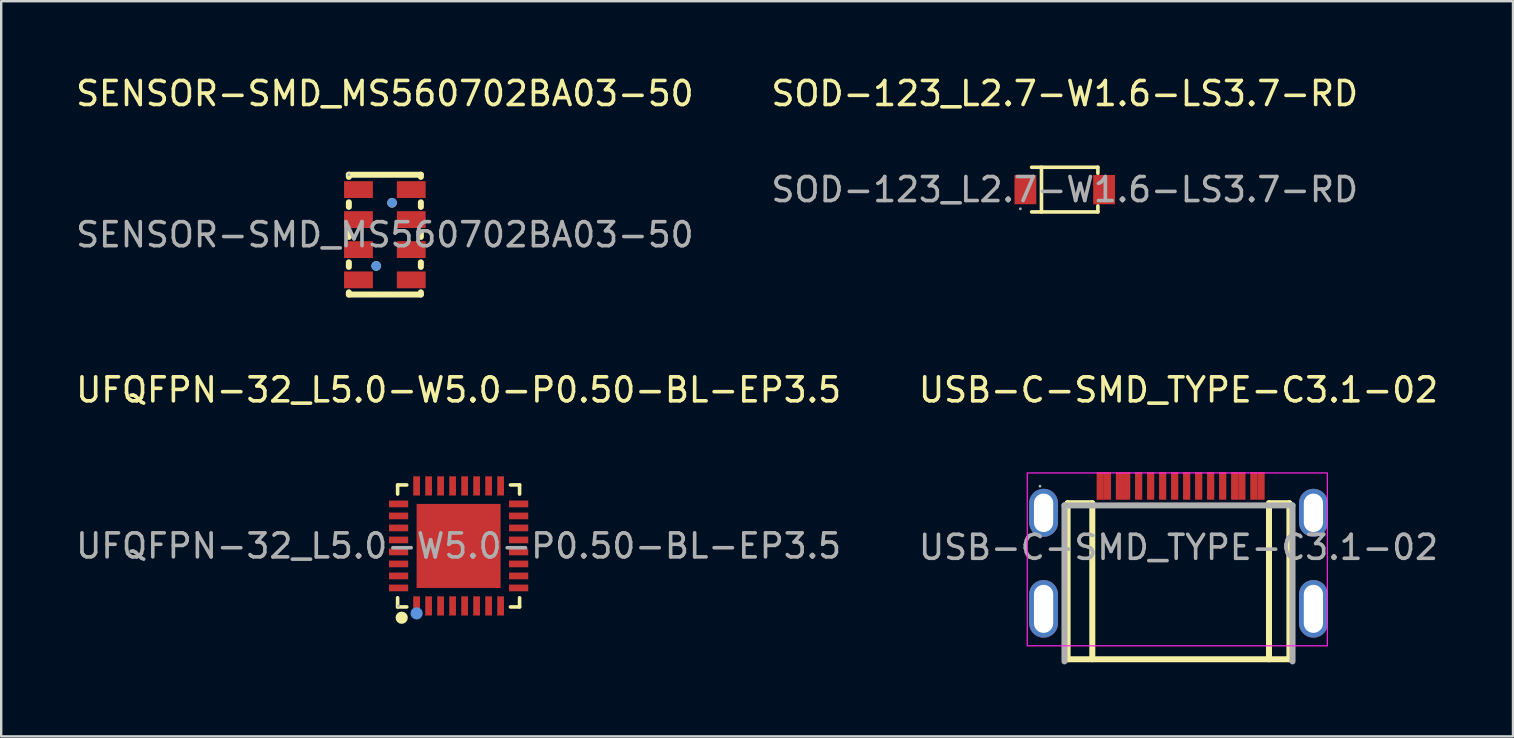
<source format=kicad_pcb>
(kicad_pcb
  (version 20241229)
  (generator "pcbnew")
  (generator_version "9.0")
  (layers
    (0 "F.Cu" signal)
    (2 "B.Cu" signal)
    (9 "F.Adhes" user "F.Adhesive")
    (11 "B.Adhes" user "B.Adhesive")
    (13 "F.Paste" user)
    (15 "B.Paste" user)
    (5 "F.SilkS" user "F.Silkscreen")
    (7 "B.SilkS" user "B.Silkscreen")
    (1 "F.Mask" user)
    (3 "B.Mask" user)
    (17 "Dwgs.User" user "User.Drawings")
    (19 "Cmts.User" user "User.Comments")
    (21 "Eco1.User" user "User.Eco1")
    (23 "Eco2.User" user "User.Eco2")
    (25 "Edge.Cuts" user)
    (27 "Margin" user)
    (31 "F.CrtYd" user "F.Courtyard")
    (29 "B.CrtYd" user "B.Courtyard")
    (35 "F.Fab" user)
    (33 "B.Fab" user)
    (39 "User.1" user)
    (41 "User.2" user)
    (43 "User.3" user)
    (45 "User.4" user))
  (footprint "SOD-123_L2.7-W1.6-LS3.7-RD"
    (layer "F.Cu")
    (at 41.304 4.848)
    (property "Reference" "SOD-123_L2.7-W1.6-LS3.7-RD" (at 0 -4 0) (layer "F.SilkS") (effects (font (size 1 1) (thickness 0.15))))
    (attr smd)
    (fp_line (start -1.38 -0.93) (end 1.38 -0.93) (stroke (width 0.15) (type solid)) (layer "F.SilkS"))
    (fp_line (start -1.38 0.93) (end 1.38 0.93) (stroke (width 0.15) (type solid)) (layer "F.SilkS"))
    (fp_line (start -0.97 -0.93) (end -0.97 0.93) (stroke (width 0.15) (type solid)) (layer "F.SilkS"))
    (fp_line (start 1.38 -0.93) (end 1.38 -0.68) (stroke (width 0.15) (type solid)) (layer "F.SilkS"))
    (fp_line (start 1.38 0.93) (end 1.38 0.68) (stroke (width 0.15) (type solid)) (layer "F.SilkS"))
    (fp_circle (center -1.85 0.8) (end -1.82 0.8) (stroke (width 0.06) (type solid)) (fill no) (layer "F.Fab"))
    (fp_text user "${REFERENCE}" (at 0 0 0) (layer "F.Fab") (effects (font (size 1 1) (thickness 0.15))))
    (pad "1" smd rect (at -1.64 0) (size 0.91 1.22) (layers "F.Cu" "F.Mask" "F.Paste"))
    (pad "2" smd rect (at 1.64 0) (size 0.91 1.22) (layers "F.Cu" "F.Mask" "F.Paste")))
  (footprint "USB-C-SMD_TYPE-C3.1-02"
    (layer "F.Cu")
    (at 46.042 19.752)
    (property "Reference" "USB-C-SMD_TYPE-C3.1-02" (at 0 -6.56 0) (layer "F.SilkS") (effects (font (size 1 1) (thickness 0.15))))
    (attr smd)
    (fp_line (start -4.62 -1.84) (end -3.59 -1.84) (stroke (width 0.25) (type solid)) (layer "F.SilkS"))
    (fp_line (start -4.62 4.66) (end -4.62 -1.84) (stroke (width 0.25) (type solid)) (layer "F.SilkS"))
    (fp_line (start -3.59 -1.84) (end -3.59 4.66) (stroke (width 0.25) (type solid)) (layer "F.SilkS"))
    (fp_line (start 3.77 -1.84) (end 3.77 4.66) (stroke (width 0.25) (type solid)) (layer "F.SilkS"))
    (fp_line (start 3.77 -1.84) (end 4.62 -1.84) (stroke (width 0.25) (type solid)) (layer "F.SilkS"))
    (fp_line (start 4.62 4.66) (end -4.62 4.66) (stroke (width 0.25) (type solid)) (layer "F.SilkS"))
    (fp_line (start 4.62 4.66) (end 4.62 -1.84) (stroke (width 0.25) (type solid)) (layer "F.SilkS"))
    (fp_rect (start -6.3 -3.1) (end 6.2 4.1) (stroke (width 0.05) (type default)) (fill no) (layer "F.CrtYd"))
    (fp_line (start -4.75 -1.75) (end 4.75 -1.75) (stroke (width 0.25) (type solid)) (layer "F.Fab"))
    (fp_line (start -4.75 4.75) (end -4.75 -1.75) (stroke (width 0.25) (type solid)) (layer "F.Fab"))
    (fp_line (start 4.75 -1.75) (end 4.75 4.75) (stroke (width 0.25) (type solid)) (layer "F.Fab"))
    (fp_circle (center -5.77 -2.55) (end -5.74 -2.55) (stroke (width 0.06) (type solid)) (fill no) (layer "F.Fab"))
    (fp_text user "${REFERENCE}" (at 0 0 0) (layer "F.Fab") (effects (font (size 1 1) (thickness 0.15))))
    (pad "17" thru_hole oval (at -5.62 -1.44) (size 1.2 2) (drill oval 0.8 1.6) (layers "*.Cu" "*.Mask"))
    (pad "17" thru_hole oval (at -5.62 2.56) (size 1.2 2.4) (drill oval 0.8 2) (layers "*.Cu" "*.Mask"))
    (pad "17" thru_hole oval (at 5.62 -1.44) (size 1.2 2) (drill oval 0.8 1.6) (layers "*.Cu" "*.Mask"))
    (pad "17" thru_hole oval (at 5.62 2.56) (size 1.2 2.4) (drill oval 0.8 2) (layers "*.Cu" "*.Mask"))
    (pad "A1" smd rect (at -3.26 -2.56) (size 0.3 1.15) (layers "F.Cu" "F.Mask" "F.Paste"))
    (pad "A4" smd rect (at -2.46 -2.56) (size 0.3 1.15) (layers "F.Cu" "F.Mask" "F.Paste"))
    (pad "A5" smd rect (at -1.16 -2.56) (size 0.3 1.15) (layers "F.Cu" "F.Mask" "F.Paste"))
    (pad "A6" smd rect (at -0.16 -2.56) (size 0.3 1.15) (layers "F.Cu" "F.Mask" "F.Paste"))
    (pad "A7" smd rect (at 0.34 -2.56) (size 0.3 1.15) (layers "F.Cu" "F.Mask" "F.Paste"))
    (pad "A8" smd rect (at 1.34 -2.56) (size 0.3 1.15) (layers "F.Cu" "F.Mask" "F.Paste"))
    (pad "A9" smd rect (at 2.64 -2.56) (size 0.3 1.15) (layers "F.Cu" "F.Mask" "F.Paste"))
    (pad "A12" smd rect (at 3.44 -2.56) (size 0.3 1.15) (layers "F.Cu" "F.Mask" "F.Paste"))
    (pad "B1" smd rect (at 3.14 -2.56) (size 0.3 1.15) (layers "F.Cu" "F.Mask" "F.Paste"))
    (pad "B4" smd rect (at 2.34 -2.56) (size 0.3 1.15) (layers "F.Cu" "F.Mask" "F.Paste"))
    (pad "B5" smd rect (at 1.84 -2.56) (size 0.3 1.15) (layers "F.Cu" "F.Mask" "F.Paste"))
    (pad "B6" smd rect (at 0.84 -2.56) (size 0.3 1.15) (layers "F.Cu" "F.Mask" "F.Paste"))
    (pad "B7" smd rect (at -0.66 -2.56) (size 0.3 1.15) (layers "F.Cu" "F.Mask" "F.Paste"))
    (pad "B8" smd rect (at -1.66 -2.56) (size 0.3 1.15) (layers "F.Cu" "F.Mask" "F.Paste"))
    (pad "B9" smd rect (at -2.16 -2.56) (size 0.3 1.15) (layers "F.Cu" "F.Mask" "F.Paste"))
    (pad "B12" smd rect (at -2.96 -2.56) (size 0.3 1.15) (layers "F.Cu" "F.Mask" "F.Paste")))
  (footprint "UFQFPN-32_L5.0-W5.0-P0.50-BL-EP3.5"
    (layer "F.Cu")
    (at 16.054 19.692)
    (property "Reference" "UFQFPN-32_L5.0-W5.0-P0.50-BL-EP3.5" (at 0 -6.5 0) (layer "F.SilkS") (effects (font (size 1 1) (thickness 0.15))))
    (attr smd)
    (fp_line (start -2.54 -2.54) (end -2.16 -2.54) (stroke (width 0.15) (type solid)) (layer "F.SilkS"))
    (fp_line (start -2.54 -2.16) (end -2.54 -2.54) (stroke (width 0.15) (type solid)) (layer "F.SilkS"))
    (fp_line (start -2.54 2.54) (end -2.54 2.16) (stroke (width 0.15) (type solid)) (layer "F.SilkS"))
    (fp_line (start -2.16 2.54) (end -2.54 2.54) (stroke (width 0.15) (type solid)) (layer "F.SilkS"))
    (fp_line (start 2.16 -2.54) (end 2.54 -2.54) (stroke (width 0.15) (type solid)) (layer "F.SilkS"))
    (fp_line (start 2.54 -2.54) (end 2.54 -2.16) (stroke (width 0.15) (type solid)) (layer "F.SilkS"))
    (fp_line (start 2.54 2.16) (end 2.54 2.54) (stroke (width 0.15) (type solid)) (layer "F.SilkS"))
    (fp_line (start 2.54 2.54) (end 2.16 2.54) (stroke (width 0.15) (type solid)) (layer "F.SilkS"))
    (fp_circle (center -2.37 2.99) (end -2.24 2.99) (stroke (width 0.25) (type solid)) (fill no) (layer "F.SilkS"))
    (fp_circle (center -1.75 2.81) (end -1.62 2.81) (stroke (width 0.25) (type solid)) (fill no) (layer "Cmts.User"))
    (fp_circle (center -2.5 2.5) (end -2.47 2.5) (stroke (width 0.06) (type solid)) (fill no) (layer "F.Fab"))
    (fp_text user "${REFERENCE}" (at 0 0 0) (layer "F.Fab") (effects (font (size 1 1) (thickness 0.15))))
    (pad "1" smd rect (at -1.75 2.5) (size 0.28 0.8) (layers "F.Cu" "F.Mask" "F.Paste"))
    (pad "2" smd rect (at -1.25 2.5) (size 0.28 0.8) (layers "F.Cu" "F.Mask" "F.Paste"))
    (pad "3" smd rect (at -0.75 2.5) (size 0.28 0.8) (layers "F.Cu" "F.Mask" "F.Paste"))
    (pad "4" smd rect (at -0.25 2.5) (size 0.28 0.8) (layers "F.Cu" "F.Mask" "F.Paste"))
    (pad "5" smd rect (at 0.25 2.5) (size 0.28 0.8) (layers "F.Cu" "F.Mask" "F.Paste"))
    (pad "6" smd rect (at 0.75 2.5) (size 0.28 0.8) (layers "F.Cu" "F.Mask" "F.Paste"))
    (pad "7" smd rect (at 1.25 2.5) (size 0.28 0.8) (layers "F.Cu" "F.Mask" "F.Paste"))
    (pad "8" smd rect (at 1.75 2.5) (size 0.28 0.8) (layers "F.Cu" "F.Mask" "F.Paste"))
    (pad "9" smd rect (at 2.5 1.75) (size 0.8 0.28) (layers "F.Cu" "F.Mask" "F.Paste"))
    (pad "10" smd rect (at 2.5 1.25) (size 0.8 0.28) (layers "F.Cu" "F.Mask" "F.Paste"))
    (pad "11" smd rect (at 2.5 0.75) (size 0.8 0.28) (layers "F.Cu" "F.Mask" "F.Paste"))
    (pad "12" smd rect (at 2.5 0.25) (size 0.8 0.28) (layers "F.Cu" "F.Mask" "F.Paste"))
    (pad "13" smd rect (at 2.5 -0.25) (size 0.8 0.28) (layers "F.Cu" "F.Mask" "F.Paste"))
    (pad "14" smd rect (at 2.5 -0.75) (size 0.8 0.28) (layers "F.Cu" "F.Mask" "F.Paste"))
    (pad "15" smd rect (at 2.5 -1.25) (size 0.8 0.28) (layers "F.Cu" "F.Mask" "F.Paste"))
    (pad "16" smd rect (at 2.5 -1.75) (size 0.8 0.28) (layers "F.Cu" "F.Mask" "F.Paste"))
    (pad "17" smd rect (at 1.75 -2.5) (size 0.28 0.8) (layers "F.Cu" "F.Mask" "F.Paste"))
    (pad "18" smd rect (at 1.25 -2.5) (size 0.28 0.8) (layers "F.Cu" "F.Mask" "F.Paste"))
    (pad "19" smd rect (at 0.75 -2.5) (size 0.28 0.8) (layers "F.Cu" "F.Mask" "F.Paste"))
    (pad "20" smd rect (at 0.25 -2.5) (size 0.28 0.8) (layers "F.Cu" "F.Mask" "F.Paste"))
    (pad "21" smd rect (at -0.25 -2.5) (size 0.28 0.8) (layers "F.Cu" "F.Mask" "F.Paste"))
    (pad "22" smd rect (at -0.75 -2.5) (size 0.28 0.8) (layers "F.Cu" "F.Mask" "F.Paste"))
    (pad "23" smd rect (at -1.25 -2.5) (size 0.28 0.8) (layers "F.Cu" "F.Mask" "F.Paste"))
    (pad "24" smd rect (at -1.75 -2.5) (size 0.28 0.8) (layers "F.Cu" "F.Mask" "F.Paste"))
    (pad "25" smd rect (at -2.5 -1.75) (size 0.8 0.28) (layers "F.Cu" "F.Mask" "F.Paste"))
    (pad "26" smd rect (at -2.5 -1.25) (size 0.8 0.28) (layers "F.Cu" "F.Mask" "F.Paste"))
    (pad "27" smd rect (at -2.5 -0.75) (size 0.8 0.28) (layers "F.Cu" "F.Mask" "F.Paste"))
    (pad "28" smd rect (at -2.5 -0.25) (size 0.8 0.28) (layers "F.Cu" "F.Mask" "F.Paste"))
    (pad "29" smd rect (at -2.5 0.25) (size 0.8 0.28) (layers "F.Cu" "F.Mask" "F.Paste"))
    (pad "30" smd rect (at -2.5 0.75) (size 0.8 0.28) (layers "F.Cu" "F.Mask" "F.Paste"))
    (pad "31" smd rect (at -2.5 1.25) (size 0.8 0.28) (layers "F.Cu" "F.Mask" "F.Paste"))
    (pad "32" smd rect (at -2.5 1.75) (size 0.8 0.28) (layers "F.Cu" "F.Mask" "F.Paste"))
    (pad "33" smd rect (at 0 0) (size 3.5 3.5) (layers "F.Cu" "F.Mask" "F.Paste")))
  (footprint "SENSOR-SMD_MS560702BA03-50"
    (layer "F.Cu")
    (at 12.982 6.728)
    (property "Reference" "SENSOR-SMD_MS560702BA03-50" (at 0 -5.88 0) (layer "F.SilkS") (effects (font (size 1 1) (thickness 0.15))))
    (attr smd)
    (fp_line (start -1.5 -2.5) (end -1.5 -2.41) (stroke (width 0.25) (type solid)) (layer "F.SilkS"))
    (fp_line (start -1.5 -1.35) (end -1.5 -1.16) (stroke (width 0.25) (type solid)) (layer "F.SilkS"))
    (fp_line (start -1.5 -0.1) (end -1.5 0.09) (stroke (width 0.25) (type solid)) (layer "F.SilkS"))
    (fp_line (start -1.5 1.15) (end -1.5 1.34) (stroke (width 0.25) (type solid)) (layer "F.SilkS"))
    (fp_line (start -1.5 2.4) (end -1.5 2.49) (stroke (width 0.25) (type solid)) (layer "F.SilkS"))
    (fp_line (start 1.5 -2.5) (end -1.5 -2.5) (stroke (width 0.25) (type solid)) (layer "F.SilkS"))
    (fp_line (start 1.5 -2.5) (end 1.5 -2.41) (stroke (width 0.25) (type solid)) (layer "F.SilkS"))
    (fp_line (start 1.5 -1.35) (end 1.5 -1.16) (stroke (width 0.25) (type solid)) (layer "F.SilkS"))
    (fp_line (start 1.5 -0.1) (end 1.5 0.09) (stroke (width 0.25) (type solid)) (layer "F.SilkS"))
    (fp_line (start 1.5 1.15) (end 1.5 1.34) (stroke (width 0.25) (type solid)) (layer "F.SilkS"))
    (fp_line (start 1.5 2.4) (end 1.5 2.49) (stroke (width 0.25) (type solid)) (layer "F.SilkS"))
    (fp_line (start 1.5 2.49) (end -1.5 2.49) (stroke (width 0.25) (type solid)) (layer "F.SilkS"))
    (fp_circle (center -0.36 1.3) (end -0.26 1.3) (stroke (width 0.2) (type solid)) (fill no) (layer "F.SilkS"))
    (fp_circle (center 0.3 -1.33) (end 0.4 -1.33) (stroke (width 0.2) (type solid)) (fill no) (layer "F.SilkS"))
    (fp_circle (center -0.36 1.3) (end -0.26 1.3) (stroke (width 0.2) (type solid)) (fill no) (layer "Cmts.User"))
    (fp_circle (center 0.3 -1.33) (end 0.4 -1.33) (stroke (width 0.2) (type solid)) (fill no) (layer "Cmts.User"))
    (fp_circle (center -1.5 -2.5) (end -1.47 -2.5) (stroke (width 0.06) (type solid)) (fill no) (layer "F.Fab"))
    (fp_text user "${REFERENCE}" (at 0 0 0) (layer "F.Fab") (effects (font (size 1 1) (thickness 0.15))))
    (pad "1" smd rect (at -1.1 -1.88) (size 1.2 0.7) (layers "F.Cu" "F.Mask" "F.Paste"))
    (pad "2" smd rect (at -1.1 -0.63) (size 1.2 0.7) (layers "F.Cu" "F.Mask" "F.Paste"))
    (pad "3" smd rect (at -1.1 0.62) (size 1.2 0.7) (layers "F.Cu" "F.Mask" "F.Paste"))
    (pad "4" smd rect (at -1.1 1.88) (size 1.2 0.7) (layers "F.Cu" "F.Mask" "F.Paste"))
    (pad "5" smd rect (at 1.1 1.88) (size 1.2 0.7) (layers "F.Cu" "F.Mask" "F.Paste"))
    (pad "6" smd rect (at 1.1 0.62) (size 1.2 0.7) (layers "F.Cu" "F.Mask" "F.Paste"))
    (pad "7" smd rect (at 1.1 -0.63) (size 1.2 0.7) (layers "F.Cu" "F.Mask" "F.Paste"))
    (pad "8" smd rect (at 1.1 -1.88) (size 1.2 0.7) (layers "F.Cu" "F.Mask" "F.Paste")))
  (gr_rect
    (start -3 -3)
    (end 59.976 27.627)
    (stroke (width 0.1) (type default))
    (fill no)
    (layer "Edge.Cuts")))
</source>
